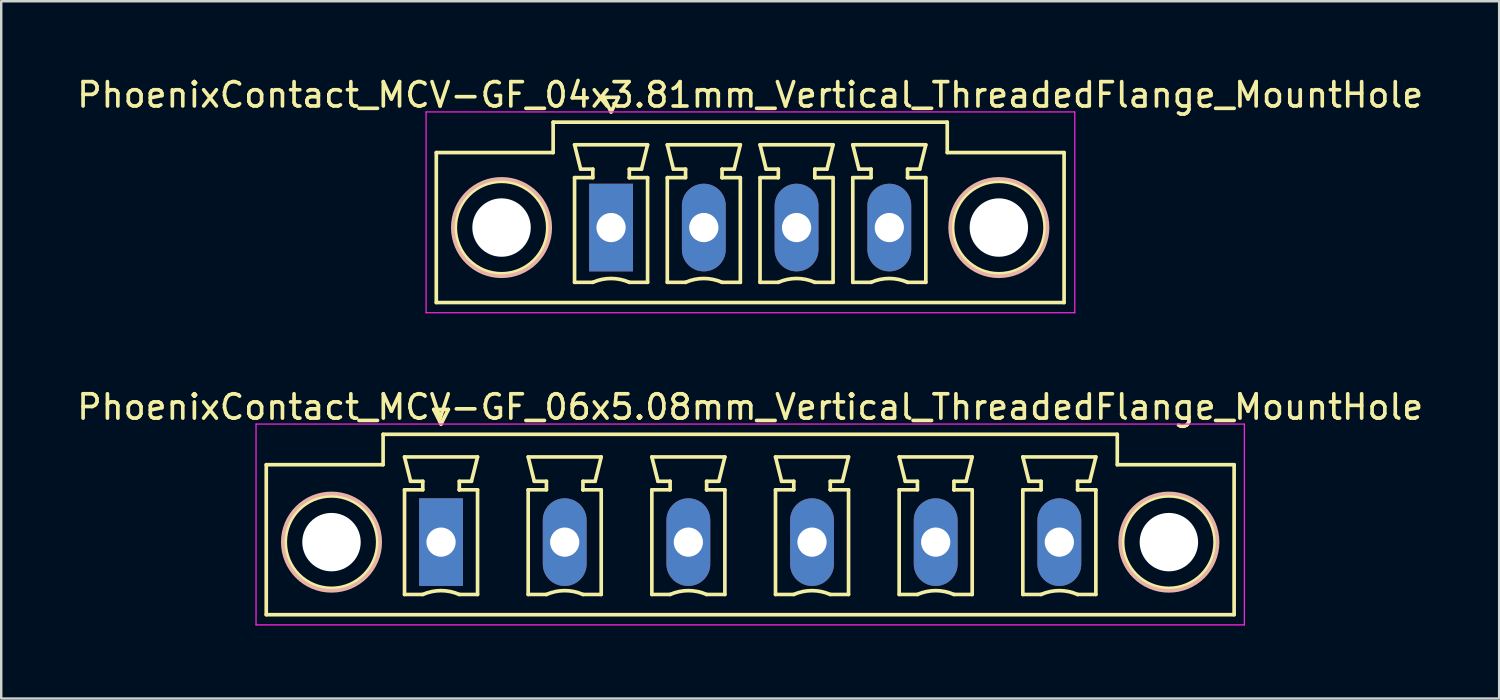
<source format=kicad_pcb>
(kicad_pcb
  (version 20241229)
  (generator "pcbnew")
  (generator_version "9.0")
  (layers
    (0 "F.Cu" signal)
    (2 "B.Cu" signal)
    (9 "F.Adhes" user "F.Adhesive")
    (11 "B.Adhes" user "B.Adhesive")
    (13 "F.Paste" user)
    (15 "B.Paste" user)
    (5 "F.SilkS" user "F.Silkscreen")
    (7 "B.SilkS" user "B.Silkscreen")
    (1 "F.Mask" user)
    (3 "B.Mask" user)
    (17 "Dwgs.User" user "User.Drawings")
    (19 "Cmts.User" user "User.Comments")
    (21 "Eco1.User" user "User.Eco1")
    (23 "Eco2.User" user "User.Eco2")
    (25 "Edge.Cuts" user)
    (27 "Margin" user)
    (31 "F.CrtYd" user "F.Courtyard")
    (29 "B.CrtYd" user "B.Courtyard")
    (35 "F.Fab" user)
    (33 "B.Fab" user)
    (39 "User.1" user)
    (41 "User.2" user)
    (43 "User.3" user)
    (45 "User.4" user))
  (footprint "PhoenixContact_MCV-GF_04x3.81mm_Vertical_ThreadedFlange_MountHole"
    (layer "F.Cu")
    (at 22.053 6.298)
    (property "Reference" "PhoenixContact_MCV-GF_04x3.81mm_Vertical_ThreadedFlange_MountHole" (at 5.715 -5.45 0) (layer "F.SilkS") (effects (font (size 1 1) (thickness 0.15))))
    (attr through_hole)
    (fp_line (start -7.18 -3.08) (end -7.18 3.08) (stroke (width 0.15) (type solid)) (layer "F.SilkS"))
    (fp_line (start -7.18 3.08) (end 18.61 3.08) (stroke (width 0.15) (type solid)) (layer "F.SilkS"))
    (fp_line (start -2.38 -4.33) (end -2.38 -3.08) (stroke (width 0.15) (type solid)) (layer "F.SilkS"))
    (fp_line (start -2.38 -3.08) (end -7.18 -3.08) (stroke (width 0.15) (type solid)) (layer "F.SilkS"))
    (fp_line (start -1.5 -3.4) (end 1.5 -3.4) (stroke (width 0.15) (type solid)) (layer "F.SilkS"))
    (fp_line (start -1.5 -2.05) (end -0.75 -2.05) (stroke (width 0.15) (type solid)) (layer "F.SilkS"))
    (fp_line (start -1.5 2.25) (end -1.5 -2.05) (stroke (width 0.15) (type solid)) (layer "F.SilkS"))
    (fp_line (start -1.25 -2.4) (end -1.5 -3.4) (stroke (width 0.15) (type solid)) (layer "F.SilkS"))
    (fp_line (start -0.75 -2.4) (end -1.25 -2.4) (stroke (width 0.15) (type solid)) (layer "F.SilkS"))
    (fp_line (start -0.75 -2.05) (end -0.75 -2.4) (stroke (width 0.15) (type solid)) (layer "F.SilkS"))
    (fp_line (start -0.75 2.25) (end -1.5 2.25) (stroke (width 0.15) (type solid)) (layer "F.SilkS"))
    (fp_line (start -0.3 -5.35) (end 0 -4.75) (stroke (width 0.15) (type solid)) (layer "F.SilkS"))
    (fp_line (start 0 -4.75) (end 0.3 -5.35) (stroke (width 0.15) (type solid)) (layer "F.SilkS"))
    (fp_line (start 0.3 -5.35) (end -0.3 -5.35) (stroke (width 0.15) (type solid)) (layer "F.SilkS"))
    (fp_line (start 0.75 -2.4) (end 0.75 -2.05) (stroke (width 0.15) (type solid)) (layer "F.SilkS"))
    (fp_line (start 0.75 -2.05) (end 0.75 -2.05) (stroke (width 0.15) (type solid)) (layer "F.SilkS"))
    (fp_line (start 0.75 -2.05) (end 1.5 -2.05) (stroke (width 0.15) (type solid)) (layer "F.SilkS"))
    (fp_line (start 1.25 -2.4) (end 0.75 -2.4) (stroke (width 0.15) (type solid)) (layer "F.SilkS"))
    (fp_line (start 1.5 -3.4) (end 1.25 -2.4) (stroke (width 0.15) (type solid)) (layer "F.SilkS"))
    (fp_line (start 1.5 -2.05) (end 1.5 2.25) (stroke (width 0.15) (type solid)) (layer "F.SilkS"))
    (fp_line (start 1.5 2.25) (end 0.75 2.25) (stroke (width 0.15) (type solid)) (layer "F.SilkS"))
    (fp_line (start 2.31 -3.4) (end 5.31 -3.4) (stroke (width 0.15) (type solid)) (layer "F.SilkS"))
    (fp_line (start 2.31 -2.05) (end 3.06 -2.05) (stroke (width 0.15) (type solid)) (layer "F.SilkS"))
    (fp_line (start 2.31 2.25) (end 2.31 -2.05) (stroke (width 0.15) (type solid)) (layer "F.SilkS"))
    (fp_line (start 2.56 -2.4) (end 2.31 -3.4) (stroke (width 0.15) (type solid)) (layer "F.SilkS"))
    (fp_line (start 3.06 -2.4) (end 2.56 -2.4) (stroke (width 0.15) (type solid)) (layer "F.SilkS"))
    (fp_line (start 3.06 -2.05) (end 3.06 -2.4) (stroke (width 0.15) (type solid)) (layer "F.SilkS"))
    (fp_line (start 3.06 2.25) (end 2.31 2.25) (stroke (width 0.15) (type solid)) (layer "F.SilkS"))
    (fp_line (start 4.56 -2.4) (end 4.56 -2.05) (stroke (width 0.15) (type solid)) (layer "F.SilkS"))
    (fp_line (start 4.56 -2.05) (end 4.56 -2.05) (stroke (width 0.15) (type solid)) (layer "F.SilkS"))
    (fp_line (start 4.56 -2.05) (end 5.31 -2.05) (stroke (width 0.15) (type solid)) (layer "F.SilkS"))
    (fp_line (start 5.06 -2.4) (end 4.56 -2.4) (stroke (width 0.15) (type solid)) (layer "F.SilkS"))
    (fp_line (start 5.31 -3.4) (end 5.06 -2.4) (stroke (width 0.15) (type solid)) (layer "F.SilkS"))
    (fp_line (start 5.31 -2.05) (end 5.31 2.25) (stroke (width 0.15) (type solid)) (layer "F.SilkS"))
    (fp_line (start 5.31 2.25) (end 4.56 2.25) (stroke (width 0.15) (type solid)) (layer "F.SilkS"))
    (fp_line (start 6.12 -3.4) (end 9.12 -3.4) (stroke (width 0.15) (type solid)) (layer "F.SilkS"))
    (fp_line (start 6.12 -2.05) (end 6.87 -2.05) (stroke (width 0.15) (type solid)) (layer "F.SilkS"))
    (fp_line (start 6.12 2.25) (end 6.12 -2.05) (stroke (width 0.15) (type solid)) (layer "F.SilkS"))
    (fp_line (start 6.37 -2.4) (end 6.12 -3.4) (stroke (width 0.15) (type solid)) (layer "F.SilkS"))
    (fp_line (start 6.87 -2.4) (end 6.37 -2.4) (stroke (width 0.15) (type solid)) (layer "F.SilkS"))
    (fp_line (start 6.87 -2.05) (end 6.87 -2.4) (stroke (width 0.15) (type solid)) (layer "F.SilkS"))
    (fp_line (start 6.87 2.25) (end 6.12 2.25) (stroke (width 0.15) (type solid)) (layer "F.SilkS"))
    (fp_line (start 8.37 -2.4) (end 8.37 -2.05) (stroke (width 0.15) (type solid)) (layer "F.SilkS"))
    (fp_line (start 8.37 -2.05) (end 8.37 -2.05) (stroke (width 0.15) (type solid)) (layer "F.SilkS"))
    (fp_line (start 8.37 -2.05) (end 9.12 -2.05) (stroke (width 0.15) (type solid)) (layer "F.SilkS"))
    (fp_line (start 8.87 -2.4) (end 8.37 -2.4) (stroke (width 0.15) (type solid)) (layer "F.SilkS"))
    (fp_line (start 9.12 -3.4) (end 8.87 -2.4) (stroke (width 0.15) (type solid)) (layer "F.SilkS"))
    (fp_line (start 9.12 -2.05) (end 9.12 2.25) (stroke (width 0.15) (type solid)) (layer "F.SilkS"))
    (fp_line (start 9.12 2.25) (end 8.37 2.25) (stroke (width 0.15) (type solid)) (layer "F.SilkS"))
    (fp_line (start 9.93 -3.4) (end 12.93 -3.4) (stroke (width 0.15) (type solid)) (layer "F.SilkS"))
    (fp_line (start 9.93 -2.05) (end 10.68 -2.05) (stroke (width 0.15) (type solid)) (layer "F.SilkS"))
    (fp_line (start 9.93 2.25) (end 9.93 -2.05) (stroke (width 0.15) (type solid)) (layer "F.SilkS"))
    (fp_line (start 10.18 -2.4) (end 9.93 -3.4) (stroke (width 0.15) (type solid)) (layer "F.SilkS"))
    (fp_line (start 10.68 -2.4) (end 10.18 -2.4) (stroke (width 0.15) (type solid)) (layer "F.SilkS"))
    (fp_line (start 10.68 -2.05) (end 10.68 -2.4) (stroke (width 0.15) (type solid)) (layer "F.SilkS"))
    (fp_line (start 10.68 2.25) (end 9.93 2.25) (stroke (width 0.15) (type solid)) (layer "F.SilkS"))
    (fp_line (start 12.18 -2.4) (end 12.18 -2.05) (stroke (width 0.15) (type solid)) (layer "F.SilkS"))
    (fp_line (start 12.18 -2.05) (end 12.18 -2.05) (stroke (width 0.15) (type solid)) (layer "F.SilkS"))
    (fp_line (start 12.18 -2.05) (end 12.93 -2.05) (stroke (width 0.15) (type solid)) (layer "F.SilkS"))
    (fp_line (start 12.68 -2.4) (end 12.18 -2.4) (stroke (width 0.15) (type solid)) (layer "F.SilkS"))
    (fp_line (start 12.93 -3.4) (end 12.68 -2.4) (stroke (width 0.15) (type solid)) (layer "F.SilkS"))
    (fp_line (start 12.93 -2.05) (end 12.93 2.25) (stroke (width 0.15) (type solid)) (layer "F.SilkS"))
    (fp_line (start 12.93 2.25) (end 12.18 2.25) (stroke (width 0.15) (type solid)) (layer "F.SilkS"))
    (fp_line (start 13.81 -4.33) (end -2.38 -4.33) (stroke (width 0.15) (type solid)) (layer "F.SilkS"))
    (fp_line (start 13.81 -3.08) (end 13.81 -4.33) (stroke (width 0.15) (type solid)) (layer "F.SilkS"))
    (fp_line (start 18.61 -3.08) (end 13.81 -3.08) (stroke (width 0.15) (type solid)) (layer "F.SilkS"))
    (fp_line (start 18.61 3.08) (end 18.61 -3.08) (stroke (width 0.15) (type solid)) (layer "F.SilkS"))
    (fp_arc (start -0.75 2.25) (mid -0.000193 2.09191) (end 0.749647 2.249844) (stroke (width 0.15) (type solid)) (layer "F.SilkS"))
    (fp_arc (start 3.06 2.25) (mid 3.809807 2.09191) (end 4.559647 2.249844) (stroke (width 0.15) (type solid)) (layer "F.SilkS"))
    (fp_arc (start 6.87 2.25) (mid 7.619807 2.09191) (end 8.369647 2.249844) (stroke (width 0.15) (type solid)) (layer "F.SilkS"))
    (fp_arc (start 10.68 2.25) (mid 11.429807 2.09191) (end 12.179647 2.249844) (stroke (width 0.15) (type solid)) (layer "F.SilkS"))
    (fp_circle (center -4.5 0) (end -2.6 0) (stroke (width 0.15) (type solid)) (fill no) (layer "F.SilkS"))
    (fp_circle (center 15.93 0) (end 17.83 0) (stroke (width 0.15) (type solid)) (fill no) (layer "F.SilkS"))
    (fp_circle (center -4.5 0) (end -2.5 0) (stroke (width 0.15) (type solid)) (fill no) (layer "B.SilkS"))
    (fp_circle (center 15.93 0) (end 17.93 0) (stroke (width 0.15) (type solid)) (fill no) (layer "B.SilkS"))
    (fp_line (start -7.6 -4.75) (end -7.6 3.5) (stroke (width 0.05) (type solid)) (layer "F.CrtYd"))
    (fp_line (start -7.6 3.5) (end 19.05 3.5) (stroke (width 0.05) (type solid)) (layer "F.CrtYd"))
    (fp_line (start 19.05 -4.75) (end -7.6 -4.75) (stroke (width 0.05) (type solid)) (layer "F.CrtYd"))
    (fp_line (start 19.05 3.5) (end 19.05 -4.75) (stroke (width 0.05) (type solid)) (layer "F.CrtYd"))
    (pad "" np_thru_hole circle (at -4.5 0) (size 2.4 2.4) (drill 2.4) (layers "*.Cu" "*.Mask"))
    (pad "" np_thru_hole circle (at 15.93 0) (size 2.4 2.4) (drill 2.4) (layers "*.Cu" "*.Mask"))
    (pad "1" thru_hole rect (at 0 0) (size 1.8 3.6) (drill 1.2) (layers "*.Cu" "*.Mask"))
    (pad "2" thru_hole oval (at 3.81 0) (size 1.8 3.6) (drill 1.2) (layers "*.Cu" "*.Mask"))
    (pad "3" thru_hole oval (at 7.62 0) (size 1.8 3.6) (drill 1.2) (layers "*.Cu" "*.Mask"))
    (pad "4" thru_hole oval (at 11.43 0) (size 1.8 3.6) (drill 1.2) (layers "*.Cu" "*.Mask")))
  (footprint "PhoenixContact_MCV-GF_06x5.08mm_Vertical_ThreadedFlange_MountHole"
    (layer "F.Cu")
    (at 15.068 19.221)
    (property "Reference" "PhoenixContact_MCV-GF_06x5.08mm_Vertical_ThreadedFlange_MountHole" (at 12.7 -5.55 0) (layer "F.SilkS") (effects (font (size 1 1) (thickness 0.15))))
    (attr through_hole)
    (fp_line (start -7.18 -3.18) (end -7.18 2.98) (stroke (width 0.15) (type solid)) (layer "F.SilkS"))
    (fp_line (start -7.18 2.98) (end 32.58 2.98) (stroke (width 0.15) (type solid)) (layer "F.SilkS"))
    (fp_line (start -2.38 -4.43) (end -2.38 -3.18) (stroke (width 0.15) (type solid)) (layer "F.SilkS"))
    (fp_line (start -2.38 -3.18) (end -7.18 -3.18) (stroke (width 0.15) (type solid)) (layer "F.SilkS"))
    (fp_line (start -1.5 -3.5) (end 1.5 -3.5) (stroke (width 0.15) (type solid)) (layer "F.SilkS"))
    (fp_line (start -1.5 -2.15) (end -0.75 -2.15) (stroke (width 0.15) (type solid)) (layer "F.SilkS"))
    (fp_line (start -1.5 2.15) (end -1.5 -2.15) (stroke (width 0.15) (type solid)) (layer "F.SilkS"))
    (fp_line (start -1.25 -2.5) (end -1.5 -3.5) (stroke (width 0.15) (type solid)) (layer "F.SilkS"))
    (fp_line (start -0.75 -2.5) (end -1.25 -2.5) (stroke (width 0.15) (type solid)) (layer "F.SilkS"))
    (fp_line (start -0.75 -2.15) (end -0.75 -2.5) (stroke (width 0.15) (type solid)) (layer "F.SilkS"))
    (fp_line (start -0.75 2.15) (end -1.5 2.15) (stroke (width 0.15) (type solid)) (layer "F.SilkS"))
    (fp_line (start -0.3 -5.45) (end 0 -4.85) (stroke (width 0.15) (type solid)) (layer "F.SilkS"))
    (fp_line (start 0 -4.85) (end 0.3 -5.45) (stroke (width 0.15) (type solid)) (layer "F.SilkS"))
    (fp_line (start 0.3 -5.45) (end -0.3 -5.45) (stroke (width 0.15) (type solid)) (layer "F.SilkS"))
    (fp_line (start 0.75 -2.5) (end 0.75 -2.15) (stroke (width 0.15) (type solid)) (layer "F.SilkS"))
    (fp_line (start 0.75 -2.15) (end 0.75 -2.15) (stroke (width 0.15) (type solid)) (layer "F.SilkS"))
    (fp_line (start 0.75 -2.15) (end 1.5 -2.15) (stroke (width 0.15) (type solid)) (layer "F.SilkS"))
    (fp_line (start 1.25 -2.5) (end 0.75 -2.5) (stroke (width 0.15) (type solid)) (layer "F.SilkS"))
    (fp_line (start 1.5 -3.5) (end 1.25 -2.5) (stroke (width 0.15) (type solid)) (layer "F.SilkS"))
    (fp_line (start 1.5 -2.15) (end 1.5 2.15) (stroke (width 0.15) (type solid)) (layer "F.SilkS"))
    (fp_line (start 1.5 2.15) (end 0.75 2.15) (stroke (width 0.15) (type solid)) (layer "F.SilkS"))
    (fp_line (start 3.58 -3.5) (end 6.58 -3.5) (stroke (width 0.15) (type solid)) (layer "F.SilkS"))
    (fp_line (start 3.58 -2.15) (end 4.33 -2.15) (stroke (width 0.15) (type solid)) (layer "F.SilkS"))
    (fp_line (start 3.58 2.15) (end 3.58 -2.15) (stroke (width 0.15) (type solid)) (layer "F.SilkS"))
    (fp_line (start 3.83 -2.5) (end 3.58 -3.5) (stroke (width 0.15) (type solid)) (layer "F.SilkS"))
    (fp_line (start 4.33 -2.5) (end 3.83 -2.5) (stroke (width 0.15) (type solid)) (layer "F.SilkS"))
    (fp_line (start 4.33 -2.15) (end 4.33 -2.5) (stroke (width 0.15) (type solid)) (layer "F.SilkS"))
    (fp_line (start 4.33 2.15) (end 3.58 2.15) (stroke (width 0.15) (type solid)) (layer "F.SilkS"))
    (fp_line (start 5.83 -2.5) (end 5.83 -2.15) (stroke (width 0.15) (type solid)) (layer "F.SilkS"))
    (fp_line (start 5.83 -2.15) (end 5.83 -2.15) (stroke (width 0.15) (type solid)) (layer "F.SilkS"))
    (fp_line (start 5.83 -2.15) (end 6.58 -2.15) (stroke (width 0.15) (type solid)) (layer "F.SilkS"))
    (fp_line (start 6.33 -2.5) (end 5.83 -2.5) (stroke (width 0.15) (type solid)) (layer "F.SilkS"))
    (fp_line (start 6.58 -3.5) (end 6.33 -2.5) (stroke (width 0.15) (type solid)) (layer "F.SilkS"))
    (fp_line (start 6.58 -2.15) (end 6.58 2.15) (stroke (width 0.15) (type solid)) (layer "F.SilkS"))
    (fp_line (start 6.58 2.15) (end 5.83 2.15) (stroke (width 0.15) (type solid)) (layer "F.SilkS"))
    (fp_line (start 8.66 -3.5) (end 11.66 -3.5) (stroke (width 0.15) (type solid)) (layer "F.SilkS"))
    (fp_line (start 8.66 -2.15) (end 9.41 -2.15) (stroke (width 0.15) (type solid)) (layer "F.SilkS"))
    (fp_line (start 8.66 2.15) (end 8.66 -2.15) (stroke (width 0.15) (type solid)) (layer "F.SilkS"))
    (fp_line (start 8.91 -2.5) (end 8.66 -3.5) (stroke (width 0.15) (type solid)) (layer "F.SilkS"))
    (fp_line (start 9.41 -2.5) (end 8.91 -2.5) (stroke (width 0.15) (type solid)) (layer "F.SilkS"))
    (fp_line (start 9.41 -2.15) (end 9.41 -2.5) (stroke (width 0.15) (type solid)) (layer "F.SilkS"))
    (fp_line (start 9.41 2.15) (end 8.66 2.15) (stroke (width 0.15) (type solid)) (layer "F.SilkS"))
    (fp_line (start 10.91 -2.5) (end 10.91 -2.15) (stroke (width 0.15) (type solid)) (layer "F.SilkS"))
    (fp_line (start 10.91 -2.15) (end 10.91 -2.15) (stroke (width 0.15) (type solid)) (layer "F.SilkS"))
    (fp_line (start 10.91 -2.15) (end 11.66 -2.15) (stroke (width 0.15) (type solid)) (layer "F.SilkS"))
    (fp_line (start 11.41 -2.5) (end 10.91 -2.5) (stroke (width 0.15) (type solid)) (layer "F.SilkS"))
    (fp_line (start 11.66 -3.5) (end 11.41 -2.5) (stroke (width 0.15) (type solid)) (layer "F.SilkS"))
    (fp_line (start 11.66 -2.15) (end 11.66 2.15) (stroke (width 0.15) (type solid)) (layer "F.SilkS"))
    (fp_line (start 11.66 2.15) (end 10.91 2.15) (stroke (width 0.15) (type solid)) (layer "F.SilkS"))
    (fp_line (start 13.74 -3.5) (end 16.74 -3.5) (stroke (width 0.15) (type solid)) (layer "F.SilkS"))
    (fp_line (start 13.74 -2.15) (end 14.49 -2.15) (stroke (width 0.15) (type solid)) (layer "F.SilkS"))
    (fp_line (start 13.74 2.15) (end 13.74 -2.15) (stroke (width 0.15) (type solid)) (layer "F.SilkS"))
    (fp_line (start 13.99 -2.5) (end 13.74 -3.5) (stroke (width 0.15) (type solid)) (layer "F.SilkS"))
    (fp_line (start 14.49 -2.5) (end 13.99 -2.5) (stroke (width 0.15) (type solid)) (layer "F.SilkS"))
    (fp_line (start 14.49 -2.15) (end 14.49 -2.5) (stroke (width 0.15) (type solid)) (layer "F.SilkS"))
    (fp_line (start 14.49 2.15) (end 13.74 2.15) (stroke (width 0.15) (type solid)) (layer "F.SilkS"))
    (fp_line (start 15.99 -2.5) (end 15.99 -2.15) (stroke (width 0.15) (type solid)) (layer "F.SilkS"))
    (fp_line (start 15.99 -2.15) (end 15.99 -2.15) (stroke (width 0.15) (type solid)) (layer "F.SilkS"))
    (fp_line (start 15.99 -2.15) (end 16.74 -2.15) (stroke (width 0.15) (type solid)) (layer "F.SilkS"))
    (fp_line (start 16.49 -2.5) (end 15.99 -2.5) (stroke (width 0.15) (type solid)) (layer "F.SilkS"))
    (fp_line (start 16.74 -3.5) (end 16.49 -2.5) (stroke (width 0.15) (type solid)) (layer "F.SilkS"))
    (fp_line (start 16.74 -2.15) (end 16.74 2.15) (stroke (width 0.15) (type solid)) (layer "F.SilkS"))
    (fp_line (start 16.74 2.15) (end 15.99 2.15) (stroke (width 0.15) (type solid)) (layer "F.SilkS"))
    (fp_line (start 18.82 -3.5) (end 21.82 -3.5) (stroke (width 0.15) (type solid)) (layer "F.SilkS"))
    (fp_line (start 18.82 -2.15) (end 19.57 -2.15) (stroke (width 0.15) (type solid)) (layer "F.SilkS"))
    (fp_line (start 18.82 2.15) (end 18.82 -2.15) (stroke (width 0.15) (type solid)) (layer "F.SilkS"))
    (fp_line (start 19.07 -2.5) (end 18.82 -3.5) (stroke (width 0.15) (type solid)) (layer "F.SilkS"))
    (fp_line (start 19.57 -2.5) (end 19.07 -2.5) (stroke (width 0.15) (type solid)) (layer "F.SilkS"))
    (fp_line (start 19.57 -2.15) (end 19.57 -2.5) (stroke (width 0.15) (type solid)) (layer "F.SilkS"))
    (fp_line (start 19.57 2.15) (end 18.82 2.15) (stroke (width 0.15) (type solid)) (layer "F.SilkS"))
    (fp_line (start 21.07 -2.5) (end 21.07 -2.15) (stroke (width 0.15) (type solid)) (layer "F.SilkS"))
    (fp_line (start 21.07 -2.15) (end 21.07 -2.15) (stroke (width 0.15) (type solid)) (layer "F.SilkS"))
    (fp_line (start 21.07 -2.15) (end 21.82 -2.15) (stroke (width 0.15) (type solid)) (layer "F.SilkS"))
    (fp_line (start 21.57 -2.5) (end 21.07 -2.5) (stroke (width 0.15) (type solid)) (layer "F.SilkS"))
    (fp_line (start 21.82 -3.5) (end 21.57 -2.5) (stroke (width 0.15) (type solid)) (layer "F.SilkS"))
    (fp_line (start 21.82 -2.15) (end 21.82 2.15) (stroke (width 0.15) (type solid)) (layer "F.SilkS"))
    (fp_line (start 21.82 2.15) (end 21.07 2.15) (stroke (width 0.15) (type solid)) (layer "F.SilkS"))
    (fp_line (start 23.9 -3.5) (end 26.9 -3.5) (stroke (width 0.15) (type solid)) (layer "F.SilkS"))
    (fp_line (start 23.9 -2.15) (end 24.65 -2.15) (stroke (width 0.15) (type solid)) (layer "F.SilkS"))
    (fp_line (start 23.9 2.15) (end 23.9 -2.15) (stroke (width 0.15) (type solid)) (layer "F.SilkS"))
    (fp_line (start 24.15 -2.5) (end 23.9 -3.5) (stroke (width 0.15) (type solid)) (layer "F.SilkS"))
    (fp_line (start 24.65 -2.5) (end 24.15 -2.5) (stroke (width 0.15) (type solid)) (layer "F.SilkS"))
    (fp_line (start 24.65 -2.15) (end 24.65 -2.5) (stroke (width 0.15) (type solid)) (layer "F.SilkS"))
    (fp_line (start 24.65 2.15) (end 23.9 2.15) (stroke (width 0.15) (type solid)) (layer "F.SilkS"))
    (fp_line (start 26.15 -2.5) (end 26.15 -2.15) (stroke (width 0.15) (type solid)) (layer "F.SilkS"))
    (fp_line (start 26.15 -2.15) (end 26.15 -2.15) (stroke (width 0.15) (type solid)) (layer "F.SilkS"))
    (fp_line (start 26.15 -2.15) (end 26.9 -2.15) (stroke (width 0.15) (type solid)) (layer "F.SilkS"))
    (fp_line (start 26.65 -2.5) (end 26.15 -2.5) (stroke (width 0.15) (type solid)) (layer "F.SilkS"))
    (fp_line (start 26.9 -3.5) (end 26.65 -2.5) (stroke (width 0.15) (type solid)) (layer "F.SilkS"))
    (fp_line (start 26.9 -2.15) (end 26.9 2.15) (stroke (width 0.15) (type solid)) (layer "F.SilkS"))
    (fp_line (start 26.9 2.15) (end 26.15 2.15) (stroke (width 0.15) (type solid)) (layer "F.SilkS"))
    (fp_line (start 27.78 -4.43) (end -2.38 -4.43) (stroke (width 0.15) (type solid)) (layer "F.SilkS"))
    (fp_line (start 27.78 -3.18) (end 27.78 -4.43) (stroke (width 0.15) (type solid)) (layer "F.SilkS"))
    (fp_line (start 32.58 -3.18) (end 27.78 -3.18) (stroke (width 0.15) (type solid)) (layer "F.SilkS"))
    (fp_line (start 32.58 2.98) (end 32.58 -3.18) (stroke (width 0.15) (type solid)) (layer "F.SilkS"))
    (fp_arc (start -0.75 2.15) (mid -0.000193 1.99191) (end 0.749647 2.149844) (stroke (width 0.15) (type solid)) (layer "F.SilkS"))
    (fp_arc (start 4.33 2.15) (mid 5.079807 1.99191) (end 5.829647 2.149844) (stroke (width 0.15) (type solid)) (layer "F.SilkS"))
    (fp_arc (start 9.41 2.15) (mid 10.159807 1.99191) (end 10.909647 2.149844) (stroke (width 0.15) (type solid)) (layer "F.SilkS"))
    (fp_arc (start 14.49 2.15) (mid 15.239807 1.99191) (end 15.989647 2.149844) (stroke (width 0.15) (type solid)) (layer "F.SilkS"))
    (fp_arc (start 19.57 2.15) (mid 20.319807 1.99191) (end 21.069647 2.149844) (stroke (width 0.15) (type solid)) (layer "F.SilkS"))
    (fp_arc (start 24.65 2.15) (mid 25.399807 1.99191) (end 26.149647 2.149844) (stroke (width 0.15) (type solid)) (layer "F.SilkS"))
    (fp_circle (center -4.5 0) (end -2.6 0) (stroke (width 0.15) (type solid)) (fill no) (layer "F.SilkS"))
    (fp_circle (center 29.9 0) (end 31.8 0) (stroke (width 0.15) (type solid)) (fill no) (layer "F.SilkS"))
    (fp_circle (center -4.5 0) (end -2.5 0) (stroke (width 0.15) (type solid)) (fill no) (layer "B.SilkS"))
    (fp_circle (center 29.9 0) (end 31.9 0) (stroke (width 0.15) (type solid)) (fill no) (layer "B.SilkS"))
    (fp_line (start -7.6 -4.85) (end -7.6 3.4) (stroke (width 0.05) (type solid)) (layer "F.CrtYd"))
    (fp_line (start -7.6 3.4) (end 33 3.4) (stroke (width 0.05) (type solid)) (layer "F.CrtYd"))
    (fp_line (start 33 -4.85) (end -7.6 -4.85) (stroke (width 0.05) (type solid)) (layer "F.CrtYd"))
    (fp_line (start 33 3.4) (end 33 -4.85) (stroke (width 0.05) (type solid)) (layer "F.CrtYd"))
    (pad "" np_thru_hole circle (at -4.5 0) (size 2.4 2.4) (drill 2.4) (layers "*.Cu" "*.Mask"))
    (pad "" np_thru_hole circle (at 29.9 0) (size 2.4 2.4) (drill 2.4) (layers "*.Cu" "*.Mask"))
    (pad "1" thru_hole rect (at 0 0) (size 1.8 3.6) (drill 1.2) (layers "*.Cu" "*.Mask"))
    (pad "2" thru_hole oval (at 5.08 0) (size 1.8 3.6) (drill 1.2) (layers "*.Cu" "*.Mask"))
    (pad "3" thru_hole oval (at 10.16 0) (size 1.8 3.6) (drill 1.2) (layers "*.Cu" "*.Mask"))
    (pad "4" thru_hole oval (at 15.24 0) (size 1.8 3.6) (drill 1.2) (layers "*.Cu" "*.Mask"))
    (pad "5" thru_hole oval (at 20.32 0) (size 1.8 3.6) (drill 1.2) (layers "*.Cu" "*.Mask"))
    (pad "6" thru_hole oval (at 25.4 0) (size 1.8 3.6) (drill 1.2) (layers "*.Cu" "*.Mask")))
  (gr_rect
    (start -3 -3)
    (end 58.536 25.646)
    (stroke (width 0.1) (type default))
    (fill no)
    (layer "Edge.Cuts")))
</source>
